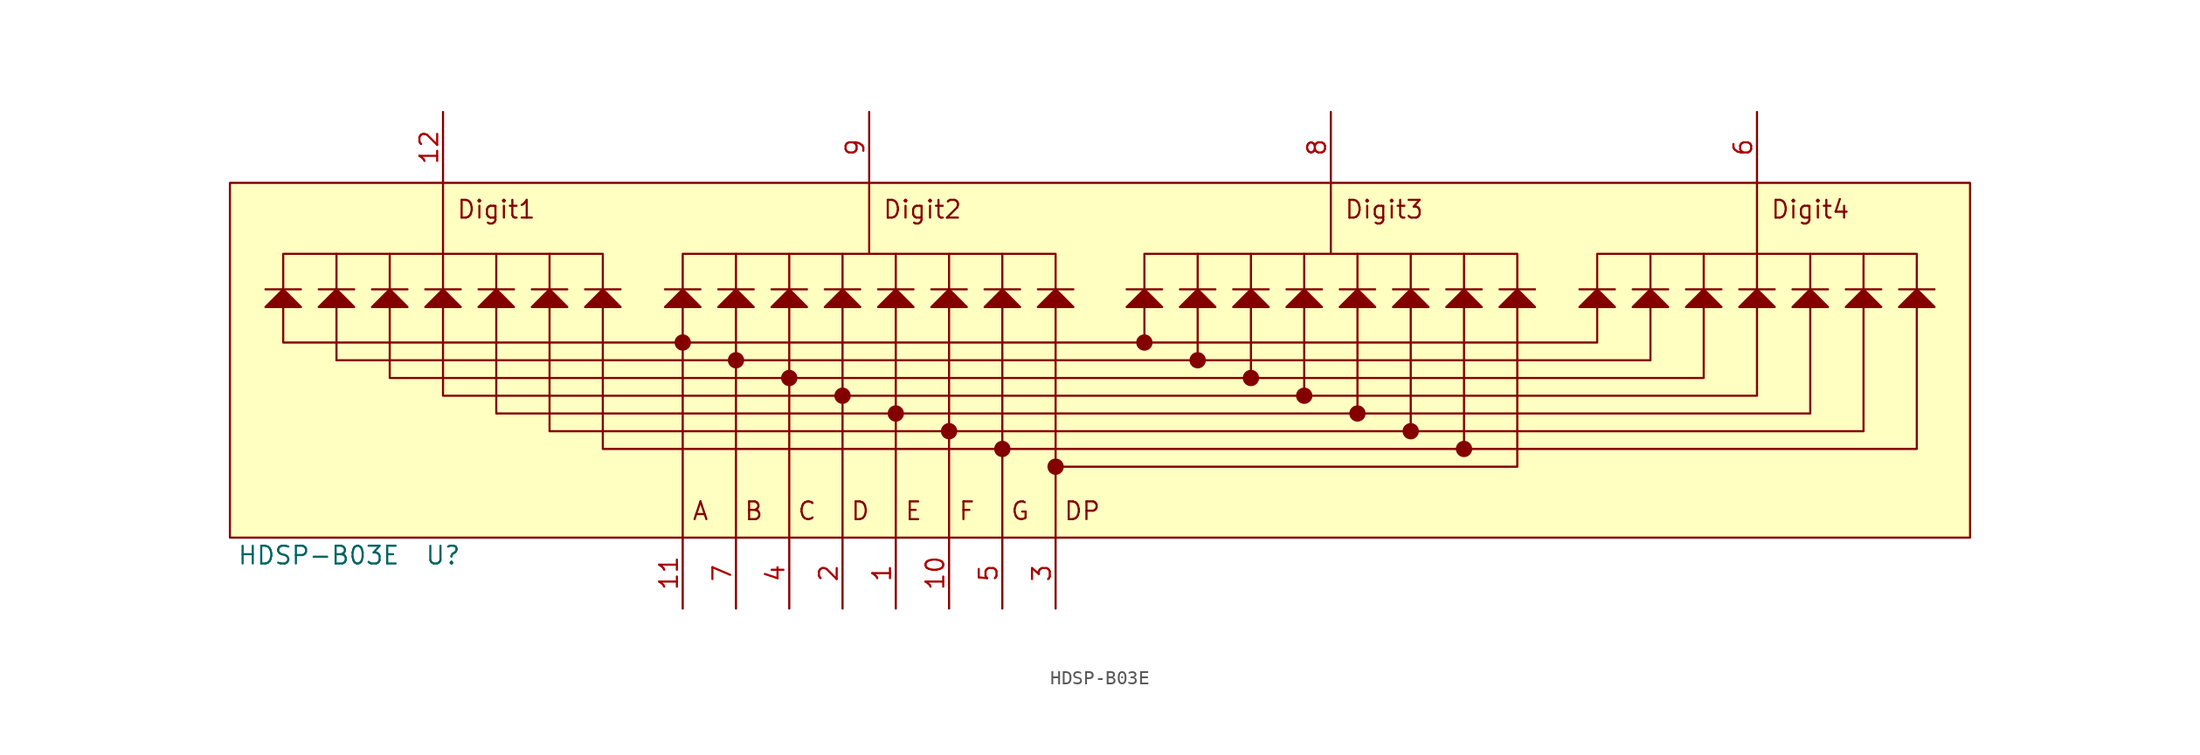
<source format=kicad_sym>
(kicad_symbol_lib
  (version 20220914)
  (generator kicad_symbol_editor)
  (symbol "HDSP-B03E"
    (pin_names
      (offset 1.016))
    (property "Reference" "U"
      (at -46.99 -13.97 0)
      (effects (font (size 1.27 1.27))))
    (property "Value" "HDSP-B03E"
      (at -55.88 -13.97 0)
      (effects (font (size 1.27 1.27))))
    (symbol "HDSP-B03E_0_0"
      (polyline (pts (xy -46.99 7.62) (xy -46.99 12.7)) (stroke (width 0) (type solid)) (fill (type none)))
      (polyline (pts (xy 16.51 7.62) (xy 16.51 12.7)) (stroke (width 0) (type solid)) (fill (type none)))
      (polyline (pts (xy 46.99 7.62) (xy 46.99 12.7)) (stroke (width 0) (type solid)) (fill (type none)))
      (text "A" (at -28.575 -10.795 0) (effects (font (size 1.27 1.27))))
      (text "Digit1" (at -43.18 10.795 0) (effects (font (size 1.27 1.27)))))
    (symbol "HDSP-B03E_0_1"
      (polyline (pts (xy -54.61 5.08) (xy -54.61 7.62)) (stroke (width 0) (type solid)) (fill (type none)))
      (polyline (pts (xy -50.8 5.08) (xy -50.8 7.62)) (stroke (width 0) (type solid)) (fill (type none)))
      (polyline (pts (xy -46.99 5.08) (xy -46.99 7.62)) (stroke (width 0) (type solid)) (fill (type none)))
      (polyline (pts (xy -43.18 5.08) (xy -43.18 7.62)) (stroke (width 0) (type solid)) (fill (type none)))
      (polyline (pts (xy -39.37 5.08) (xy -39.37 7.62)) (stroke (width 0) (type solid)) (fill (type none)))
      (polyline (pts (xy -38.1 5.08) (xy -40.64 5.08)) (stroke (width 0) (type solid)) (fill (type none)))
      (polyline (pts (xy -34.29 5.08) (xy -36.83 5.08)) (stroke (width 0) (type solid)) (fill (type none)))
      (polyline (pts (xy -6.985 5.08) (xy -6.985 7.62)) (stroke (width 0) (type solid)) (fill (type none)))
      (polyline (pts (xy -58.42 5.08) (xy -58.42 7.62) (xy -35.56 7.62) (xy -35.56 5.08)) (stroke (width 0) (type solid)) (fill (type none)))
      (polyline (pts (xy -39.37 5.08) (xy -40.64 3.81) (xy -38.1 3.81) (xy -39.37 5.08)) (stroke (width 0) (type solid)) (fill (type outline)))
      (polyline (pts (xy -35.56 5.08) (xy -36.83 3.81) (xy -34.29 3.81) (xy -35.56 5.08)) (stroke (width 0) (type solid)) (fill (type outline)))
      (polyline (pts (xy -29.845 5.08) (xy -29.845 7.62) (xy -3.175 7.62) (xy -3.175 5.08)) (stroke (width 0) (type solid)) (fill (type none))))
    (symbol "HDSP-B03E_1_0"
      (rectangle (start -62.23 12.7) (end 62.23 -12.7) (stroke (width 0) (type solid)) (fill (type background)))
      (polyline (pts (xy -54.61 3.81) (xy -54.61 0)) (stroke (width 0) (type solid)) (fill (type none)))
      (polyline (pts (xy -29.845 1.27) (xy -29.845 -12.7)) (stroke (width 0) (type solid)) (fill (type none)))
      (polyline (pts (xy -29.845 3.81) (xy -29.845 1.27)) (stroke (width 0) (type solid)) (fill (type none)))
      (polyline (pts (xy -26.035 0) (xy -26.035 -12.7)) (stroke (width 0) (type solid)) (fill (type none)))
      (polyline (pts (xy -26.035 3.81) (xy -26.035 0)) (stroke (width 0) (type solid)) (fill (type none)))
      (polyline (pts (xy -22.225 -1.27) (xy -22.225 -12.7)) (stroke (width 0) (type solid)) (fill (type none)))
      (polyline (pts (xy -22.225 3.81) (xy -22.225 -1.27)) (stroke (width 0) (type solid)) (fill (type none)))
      (polyline (pts (xy -18.415 -2.54) (xy -18.415 -12.7)) (stroke (width 0) (type solid)) (fill (type none)))
      (polyline (pts (xy -18.415 3.81) (xy -18.415 -2.54)) (stroke (width 0) (type solid)) (fill (type none)))
      (polyline (pts (xy -16.51 7.62) (xy -16.51 12.7)) (stroke (width 0) (type solid)) (fill (type none)))
      (polyline (pts (xy -14.605 -3.81) (xy -14.605 -12.7)) (stroke (width 0) (type solid)) (fill (type none)))
      (polyline (pts (xy -14.605 3.81) (xy -14.605 -3.81)) (stroke (width 0) (type solid)) (fill (type none)))
      (polyline (pts (xy -10.795 -5.08) (xy -10.795 -12.7)) (stroke (width 0) (type solid)) (fill (type none)))
      (polyline (pts (xy -10.795 3.81) (xy -10.795 -5.08)) (stroke (width 0) (type solid)) (fill (type none)))
      (polyline (pts (xy -6.985 -6.35) (xy -6.985 -12.7)) (stroke (width 0) (type solid)) (fill (type none)))
      (polyline (pts (xy -6.985 3.81) (xy -6.985 -6.35)) (stroke (width 0) (type solid)) (fill (type none)))
      (polyline (pts (xy -3.175 -7.62) (xy -3.175 -12.7)) (stroke (width 0) (type solid)) (fill (type none)))
      (polyline (pts (xy 3.175 3.81) (xy 3.175 1.27)) (stroke (width 0) (type solid)) (fill (type none)))
      (polyline (pts (xy 6.985 3.81) (xy 6.985 0)) (stroke (width 0) (type solid)) (fill (type none)))
      (polyline (pts (xy 10.795 3.81) (xy 10.795 -1.27)) (stroke (width 0) (type solid)) (fill (type none)))
      (polyline (pts (xy 14.605 3.81) (xy 14.605 -2.54)) (stroke (width 0) (type solid)) (fill (type none)))
      (polyline (pts (xy 18.415 3.81) (xy 18.415 -3.81)) (stroke (width 0) (type solid)) (fill (type none)))
      (polyline (pts (xy 22.225 3.81) (xy 22.225 -5.08)) (stroke (width 0) (type solid)) (fill (type none)))
      (polyline (pts (xy 26.035 3.81) (xy 26.035 -6.35)) (stroke (width 0) (type solid)) (fill (type none)))
      (polyline (pts (xy -54.61 0) (xy 39.37 0) (xy 39.37 3.81)) (stroke (width 0) (type solid)) (fill (type none)))
      (polyline (pts (xy -58.42 3.81) (xy -58.42 1.27) (xy 35.56 1.27) (xy 35.56 3.81)) (stroke (width 0) (type solid)) (fill (type none)))
      (polyline (pts (xy -50.8 3.81) (xy -50.8 -1.27) (xy 43.18 -1.27) (xy 43.18 3.81)) (stroke (width 0) (type solid)) (fill (type none)))
      (polyline (pts (xy -46.99 3.81) (xy -46.99 -2.54) (xy 46.99 -2.54) (xy 46.99 3.81)) (stroke (width 0) (type solid)) (fill (type none)))
      (polyline (pts (xy -43.18 3.81) (xy -43.18 -3.81) (xy 50.8 -3.81) (xy 50.8 3.81)) (stroke (width 0) (type solid)) (fill (type none)))
      (polyline (pts (xy -39.37 3.81) (xy -39.37 -5.08) (xy 54.61 -5.08) (xy 54.61 3.81)) (stroke (width 0) (type solid)) (fill (type none)))
      (polyline (pts (xy -35.56 3.81) (xy -35.56 -6.35) (xy 58.42 -6.35) (xy 58.42 3.81)) (stroke (width 0) (type solid)) (fill (type none)))
      (polyline (pts (xy -3.175 3.81) (xy -3.175 -7.62) (xy 29.845 -7.62) (xy 29.845 3.81)) (stroke (width 0) (type solid)) (fill (type none)))
      (text "B" (at -24.765 -10.795 0) (effects (font (size 1.27 1.27))))
      (text "C" (at -20.955 -10.795 0) (effects (font (size 1.27 1.27))))
      (text "D" (at -17.145 -10.795 0) (effects (font (size 1.27 1.27))))
      (text "Digit2" (at -12.7 10.795 0) (effects (font (size 1.27 1.27))))
      (text "Digit3" (at 20.32 10.795 0) (effects (font (size 1.27 1.27))))
      (text "Digit4" (at 50.8 10.795 0) (effects (font (size 1.27 1.27))))
      (text "DP" (at -1.27 -10.795 0) (effects (font (size 1.27 1.27))))
      (text "E" (at -13.335 -10.795 0) (effects (font (size 1.27 1.27))))
      (text "F" (at -9.525 -10.795 0) (effects (font (size 1.27 1.27))))
      (text "G" (at -5.715 -10.795 0) (effects (font (size 1.27 1.27)))))
    (symbol "HDSP-B03E_1_1"
      (circle (center -29.845 1.27) (radius 0.508) (stroke (width 0) (type solid)) (fill (type outline)))
      (circle (center -26.035 0) (radius 0.508) (stroke (width 0) (type solid)) (fill (type outline)))
      (circle (center -22.225 -1.27) (radius 0.508) (stroke (width 0) (type solid)) (fill (type outline)))
      (circle (center -18.415 -2.54) (radius 0.508) (stroke (width 0) (type solid)) (fill (type outline)))
      (circle (center -14.605 -3.81) (radius 0.508) (stroke (width 0) (type solid)) (fill (type outline)))
      (circle (center -10.795 -5.08) (radius 0.508) (stroke (width 0) (type solid)) (fill (type outline)))
      (circle (center -6.985 -6.35) (radius 0.508) (stroke (width 0) (type solid)) (fill (type outline)))
      (circle (center -3.175 -7.62) (radius 0.508) (stroke (width 0) (type solid)) (fill (type outline)))
      (polyline (pts (xy -57.15 5.08) (xy -59.69 5.08)) (stroke (width 0) (type solid)) (fill (type none)))
      (polyline (pts (xy -53.34 5.08) (xy -55.88 5.08)) (stroke (width 0) (type solid)) (fill (type none)))
      (polyline (pts (xy -49.53 5.08) (xy -52.07 5.08)) (stroke (width 0) (type solid)) (fill (type none)))
      (polyline (pts (xy -45.72 5.08) (xy -48.26 5.08)) (stroke (width 0) (type solid)) (fill (type none)))
      (polyline (pts (xy -41.91 5.08) (xy -44.45 5.08)) (stroke (width 0) (type solid)) (fill (type none)))
      (polyline (pts (xy -28.575 5.08) (xy -31.115 5.08)) (stroke (width 0) (type solid)) (fill (type none)))
      (polyline (pts (xy -26.035 5.08) (xy -26.035 7.62)) (stroke (width 0) (type solid)) (fill (type none)))
      (polyline (pts (xy -24.765 5.08) (xy -27.305 5.08)) (stroke (width 0) (type solid)) (fill (type none)))
      (polyline (pts (xy -22.225 5.08) (xy -22.225 7.62)) (stroke (width 0) (type solid)) (fill (type none)))
      (polyline (pts (xy -20.955 5.08) (xy -23.495 5.08)) (stroke (width 0) (type solid)) (fill (type none)))
      (polyline (pts (xy -18.415 5.08) (xy -18.415 7.62)) (stroke (width 0) (type solid)) (fill (type none)))
      (polyline (pts (xy -17.145 5.08) (xy -19.685 5.08)) (stroke (width 0) (type solid)) (fill (type none)))
      (polyline (pts (xy -14.605 5.08) (xy -14.605 7.62)) (stroke (width 0) (type solid)) (fill (type none)))
      (polyline (pts (xy -13.335 5.08) (xy -15.875 5.08)) (stroke (width 0) (type solid)) (fill (type none)))
      (polyline (pts (xy -10.795 5.08) (xy -10.795 7.62)) (stroke (width 0) (type solid)) (fill (type none)))
      (polyline (pts (xy -9.525 5.08) (xy -12.065 5.08)) (stroke (width 0) (type solid)) (fill (type none)))
      (polyline (pts (xy -5.715 5.08) (xy -8.255 5.08)) (stroke (width 0) (type solid)) (fill (type none)))
      (polyline (pts (xy -1.905 5.08) (xy -4.445 5.08)) (stroke (width 0) (type solid)) (fill (type none)))
      (polyline (pts (xy 4.445 5.08) (xy 1.905 5.08)) (stroke (width 0) (type solid)) (fill (type none)))
      (polyline (pts (xy 6.985 5.08) (xy 6.985 7.62)) (stroke (width 0) (type solid)) (fill (type none)))
      (polyline (pts (xy 8.255 5.08) (xy 5.715 5.08)) (stroke (width 0) (type solid)) (fill (type none)))
      (polyline (pts (xy 10.795 5.08) (xy 10.795 7.62)) (stroke (width 0) (type solid)) (fill (type none)))
      (polyline (pts (xy 12.065 5.08) (xy 9.525 5.08)) (stroke (width 0) (type solid)) (fill (type none)))
      (polyline (pts (xy 14.605 5.08) (xy 14.605 7.62)) (stroke (width 0) (type solid)) (fill (type none)))
      (polyline (pts (xy 15.875 5.08) (xy 13.335 5.08)) (stroke (width 0) (type solid)) (fill (type none)))
      (polyline (pts (xy 18.415 5.08) (xy 18.415 7.62)) (stroke (width 0) (type solid)) (fill (type none)))
      (polyline (pts (xy 19.685 5.08) (xy 17.145 5.08)) (stroke (width 0) (type solid)) (fill (type none)))
      (polyline (pts (xy 22.225 5.08) (xy 22.225 7.62)) (stroke (width 0) (type solid)) (fill (type none)))
      (polyline (pts (xy 23.495 5.08) (xy 20.955 5.08)) (stroke (width 0) (type solid)) (fill (type none)))
      (polyline (pts (xy 26.035 5.08) (xy 26.035 7.62)) (stroke (width 0) (type solid)) (fill (type none)))
      (polyline (pts (xy 27.305 5.08) (xy 24.765 5.08)) (stroke (width 0) (type solid)) (fill (type none)))
      (polyline (pts (xy 31.115 5.08) (xy 28.575 5.08)) (stroke (width 0) (type solid)) (fill (type none)))
      (polyline (pts (xy 36.83 5.08) (xy 34.29 5.08)) (stroke (width 0) (type solid)) (fill (type none)))
      (polyline (pts (xy 39.37 5.08) (xy 39.37 7.62)) (stroke (width 0) (type solid)) (fill (type none)))
      (polyline (pts (xy 40.64 5.08) (xy 38.1 5.08)) (stroke (width 0) (type solid)) (fill (type none)))
      (polyline (pts (xy 43.18 5.08) (xy 43.18 7.62)) (stroke (width 0) (type solid)) (fill (type none)))
      (polyline (pts (xy 44.45 5.08) (xy 41.91 5.08)) (stroke (width 0) (type solid)) (fill (type none)))
      (polyline (pts (xy 46.99 5.08) (xy 46.99 7.62)) (stroke (width 0) (type solid)) (fill (type none)))
      (polyline (pts (xy 48.26 5.08) (xy 45.72 5.08)) (stroke (width 0) (type solid)) (fill (type none)))
      (polyline (pts (xy 50.8 5.08) (xy 50.8 7.62)) (stroke (width 0) (type solid)) (fill (type none)))
      (polyline (pts (xy 52.07 5.08) (xy 49.53 5.08)) (stroke (width 0) (type solid)) (fill (type none)))
      (polyline (pts (xy 54.61 5.08) (xy 54.61 7.62)) (stroke (width 0) (type solid)) (fill (type none)))
      (polyline (pts (xy 55.88 5.08) (xy 53.34 5.08)) (stroke (width 0) (type solid)) (fill (type none)))
      (polyline (pts (xy 59.69 5.08) (xy 57.15 5.08)) (stroke (width 0) (type solid)) (fill (type none)))
      (polyline (pts (xy -58.42 5.08) (xy -59.69 3.81) (xy -57.15 3.81) (xy -58.42 5.08)) (stroke (width 0) (type solid)) (fill (type outline)))
      (polyline (pts (xy -54.61 5.08) (xy -55.88 3.81) (xy -53.34 3.81) (xy -54.61 5.08)) (stroke (width 0) (type solid)) (fill (type outline)))
      (polyline (pts (xy -50.8 5.08) (xy -52.07 3.81) (xy -49.53 3.81) (xy -50.8 5.08)) (stroke (width 0) (type solid)) (fill (type outline)))
      (polyline (pts (xy -46.99 5.08) (xy -48.26 3.81) (xy -45.72 3.81) (xy -46.99 5.08)) (stroke (width 0) (type solid)) (fill (type outline)))
      (polyline (pts (xy -43.18 5.08) (xy -44.45 3.81) (xy -41.91 3.81) (xy -43.18 5.08)) (stroke (width 0) (type solid)) (fill (type outline)))
      (polyline (pts (xy -29.845 5.08) (xy -31.115 3.81) (xy -28.575 3.81) (xy -29.845 5.08)) (stroke (width 0) (type solid)) (fill (type outline)))
      (polyline (pts (xy -26.035 5.08) (xy -27.305 3.81) (xy -24.765 3.81) (xy -26.035 5.08)) (stroke (width 0) (type solid)) (fill (type outline)))
      (polyline (pts (xy -22.225 5.08) (xy -23.495 3.81) (xy -20.955 3.81) (xy -22.225 5.08)) (stroke (width 0) (type solid)) (fill (type outline)))
      (polyline (pts (xy -18.415 5.08) (xy -19.685 3.81) (xy -17.145 3.81) (xy -18.415 5.08)) (stroke (width 0) (type solid)) (fill (type outline)))
      (polyline (pts (xy -14.605 5.08) (xy -15.875 3.81) (xy -13.335 3.81) (xy -14.605 5.08)) (stroke (width 0) (type solid)) (fill (type outline)))
      (polyline (pts (xy -10.795 5.08) (xy -12.065 3.81) (xy -9.525 3.81) (xy -10.795 5.08)) (stroke (width 0) (type solid)) (fill (type outline)))
      (polyline (pts (xy -6.985 5.08) (xy -8.255 3.81) (xy -5.715 3.81) (xy -6.985 5.08)) (stroke (width 0) (type solid)) (fill (type outline)))
      (polyline (pts (xy -3.175 5.08) (xy -4.445 3.81) (xy -1.905 3.81) (xy -3.175 5.08)) (stroke (width 0) (type solid)) (fill (type outline)))
      (polyline (pts (xy 3.175 5.08) (xy 1.905 3.81) (xy 4.445 3.81) (xy 3.175 5.08)) (stroke (width 0) (type solid)) (fill (type outline)))
      (polyline (pts (xy 3.175 5.08) (xy 3.175 7.62) (xy 29.845 7.62) (xy 29.845 5.08)) (stroke (width 0) (type solid)) (fill (type none)))
      (polyline (pts (xy 6.985 5.08) (xy 5.715 3.81) (xy 8.255 3.81) (xy 6.985 5.08)) (stroke (width 0) (type solid)) (fill (type outline)))
      (polyline (pts (xy 10.795 5.08) (xy 9.525 3.81) (xy 12.065 3.81) (xy 10.795 5.08)) (stroke (width 0) (type solid)) (fill (type outline)))
      (polyline (pts (xy 14.605 5.08) (xy 13.335 3.81) (xy 15.875 3.81) (xy 14.605 5.08)) (stroke (width 0) (type solid)) (fill (type outline)))
      (polyline (pts (xy 18.415 5.08) (xy 17.145 3.81) (xy 19.685 3.81) (xy 18.415 5.08)) (stroke (width 0) (type solid)) (fill (type outline)))
      (polyline (pts (xy 22.225 5.08) (xy 20.955 3.81) (xy 23.495 3.81) (xy 22.225 5.08)) (stroke (width 0) (type solid)) (fill (type outline)))
      (polyline (pts (xy 26.035 5.08) (xy 24.765 3.81) (xy 27.305 3.81) (xy 26.035 5.08)) (stroke (width 0) (type solid)) (fill (type outline)))
      (polyline (pts (xy 29.845 5.08) (xy 28.575 3.81) (xy 31.115 3.81) (xy 29.845 5.08)) (stroke (width 0) (type solid)) (fill (type outline)))
      (polyline (pts (xy 35.56 5.08) (xy 34.29 3.81) (xy 36.83 3.81) (xy 35.56 5.08)) (stroke (width 0) (type solid)) (fill (type outline)))
      (polyline (pts (xy 35.56 5.08) (xy 35.56 7.62) (xy 58.42 7.62) (xy 58.42 5.08)) (stroke (width 0) (type solid)) (fill (type none)))
      (polyline (pts (xy 39.37 5.08) (xy 38.1 3.81) (xy 40.64 3.81) (xy 39.37 5.08)) (stroke (width 0) (type solid)) (fill (type outline)))
      (polyline (pts (xy 43.18 5.08) (xy 41.91 3.81) (xy 44.45 3.81) (xy 43.18 5.08)) (stroke (width 0) (type solid)) (fill (type outline)))
      (polyline (pts (xy 46.99 5.08) (xy 45.72 3.81) (xy 48.26 3.81) (xy 46.99 5.08)) (stroke (width 0) (type solid)) (fill (type outline)))
      (polyline (pts (xy 50.8 5.08) (xy 49.53 3.81) (xy 52.07 3.81) (xy 50.8 5.08)) (stroke (width 0) (type solid)) (fill (type outline)))
      (polyline (pts (xy 54.61 5.08) (xy 53.34 3.81) (xy 55.88 3.81) (xy 54.61 5.08)) (stroke (width 0) (type solid)) (fill (type outline)))
      (polyline (pts (xy 58.42 5.08) (xy 57.15 3.81) (xy 59.69 3.81) (xy 58.42 5.08)) (stroke (width 0) (type solid)) (fill (type outline)))
      (circle (center 3.175 1.27) (radius 0.508) (stroke (width 0) (type solid)) (fill (type outline)))
      (circle (center 6.985 0) (radius 0.508) (stroke (width 0) (type solid)) (fill (type outline)))
      (circle (center 10.795 -1.27) (radius 0.508) (stroke (width 0) (type solid)) (fill (type outline)))
      (circle (center 14.605 -2.54) (radius 0.508) (stroke (width 0) (type solid)) (fill (type outline)))
      (circle (center 18.415 -3.81) (radius 0.508) (stroke (width 0) (type solid)) (fill (type outline)))
      (circle (center 22.225 -5.08) (radius 0.508) (stroke (width 0) (type solid)) (fill (type outline)))
      (circle (center 26.035 -6.35) (radius 0.508) (stroke (width 0) (type solid)) (fill (type outline)))
      (pin input line (at -14.605 -17.78 90) (length 5.08) (name "~" (effects (font (size 1.27 1.27)))) (number "1" (effects (font (size 1.27 1.27)))))
      (pin input line (at -10.795 -17.78 90) (length 5.08) (name "~" (effects (font (size 1.27 1.27)))) (number "10" (effects (font (size 1.27 1.27)))))
      (pin input line (at -29.845 -17.78 90) (length 5.08) (name "~" (effects (font (size 1.27 1.27)))) (number "11" (effects (font (size 1.27 1.27)))))
      (pin input line (at -46.99 17.78 270) (length 5.08) (name "~" (effects (font (size 1.27 1.27)))) (number "12" (effects (font (size 1.27 1.27)))))
      (pin input line (at -18.415 -17.78 90) (length 5.08) (name "~" (effects (font (size 1.27 1.27)))) (number "2" (effects (font (size 1.27 1.27)))))
      (pin input line (at -3.175 -17.78 90) (length 5.08) (name "~" (effects (font (size 1.27 1.27)))) (number "3" (effects (font (size 1.27 1.27)))))
      (pin input line (at -22.225 -17.78 90) (length 5.08) (name "~" (effects (font (size 1.27 1.27)))) (number "4" (effects (font (size 1.27 1.27)))))
      (pin input line (at -6.985 -17.78 90) (length 5.08) (name "~" (effects (font (size 1.27 1.27)))) (number "5" (effects (font (size 1.27 1.27)))))
      (pin input line (at 46.99 17.78 270) (length 5.08) (name "~" (effects (font (size 1.27 1.27)))) (number "6" (effects (font (size 1.27 1.27)))))
      (pin input line (at -26.035 -17.78 90) (length 5.08) (name "~" (effects (font (size 1.27 1.27)))) (number "7" (effects (font (size 1.27 1.27)))))
      (pin input line (at 16.51 17.78 270) (length 5.08) (name "~" (effects (font (size 1.27 1.27)))) (number "8" (effects (font (size 1.27 1.27)))))
      (pin input line (at -16.51 17.78 270) (length 5.08) (name "~" (effects (font (size 1.27 1.27)))) (number "9" (effects (font (size 1.27 1.27))))))))
</source>
